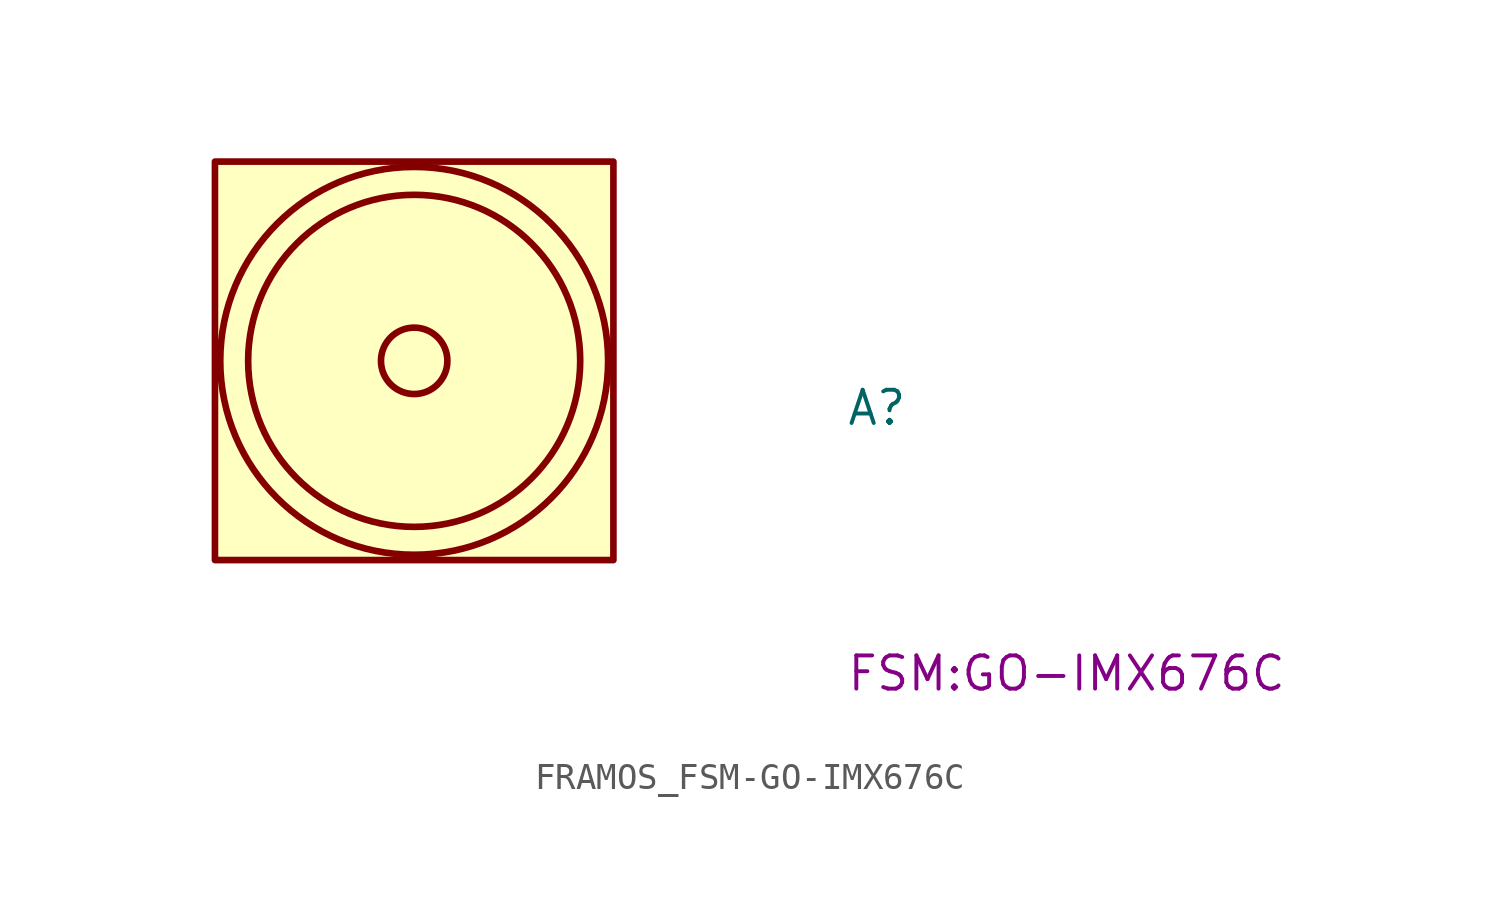
<source format=kicad_sym>
(kicad_symbol_lib
  (version 20220914)
  (generator kicad_symbol_editor)
  (symbol "FRAMOS_FSM-GO-IMX676C"
    (property "Reference" "A"
      (at 16.51 -2.54 0)
      (effects (font (size 1.27 1.27) (thickness 0.15)) (justify left bottom)))
    (property "MPN" "FSM:GO-IMX676C"
      (at 16.51 -12.7 0)
      (effects (font (size 1.27 1.27) (thickness 0.15)) (justify left bottom)))
    (symbol "FRAMOS_FSM-GO-IMX676C_1_1"
      (rectangle (start -7.62 7.62) (end 7.62 -7.62) (stroke (width 0.254) (type default)) (fill (type background)))
      (circle (center 0 0) (radius 1.27) (stroke (width 0.254) (type default)) (fill (type background)))
      (circle (center 0 0) (radius 6.35) (stroke (width 0.254) (type default)) (fill (type background)))
      (circle (center 0 0) (radius 7.417) (stroke (width 0.254) (type default)) (fill (type background))))))
</source>
